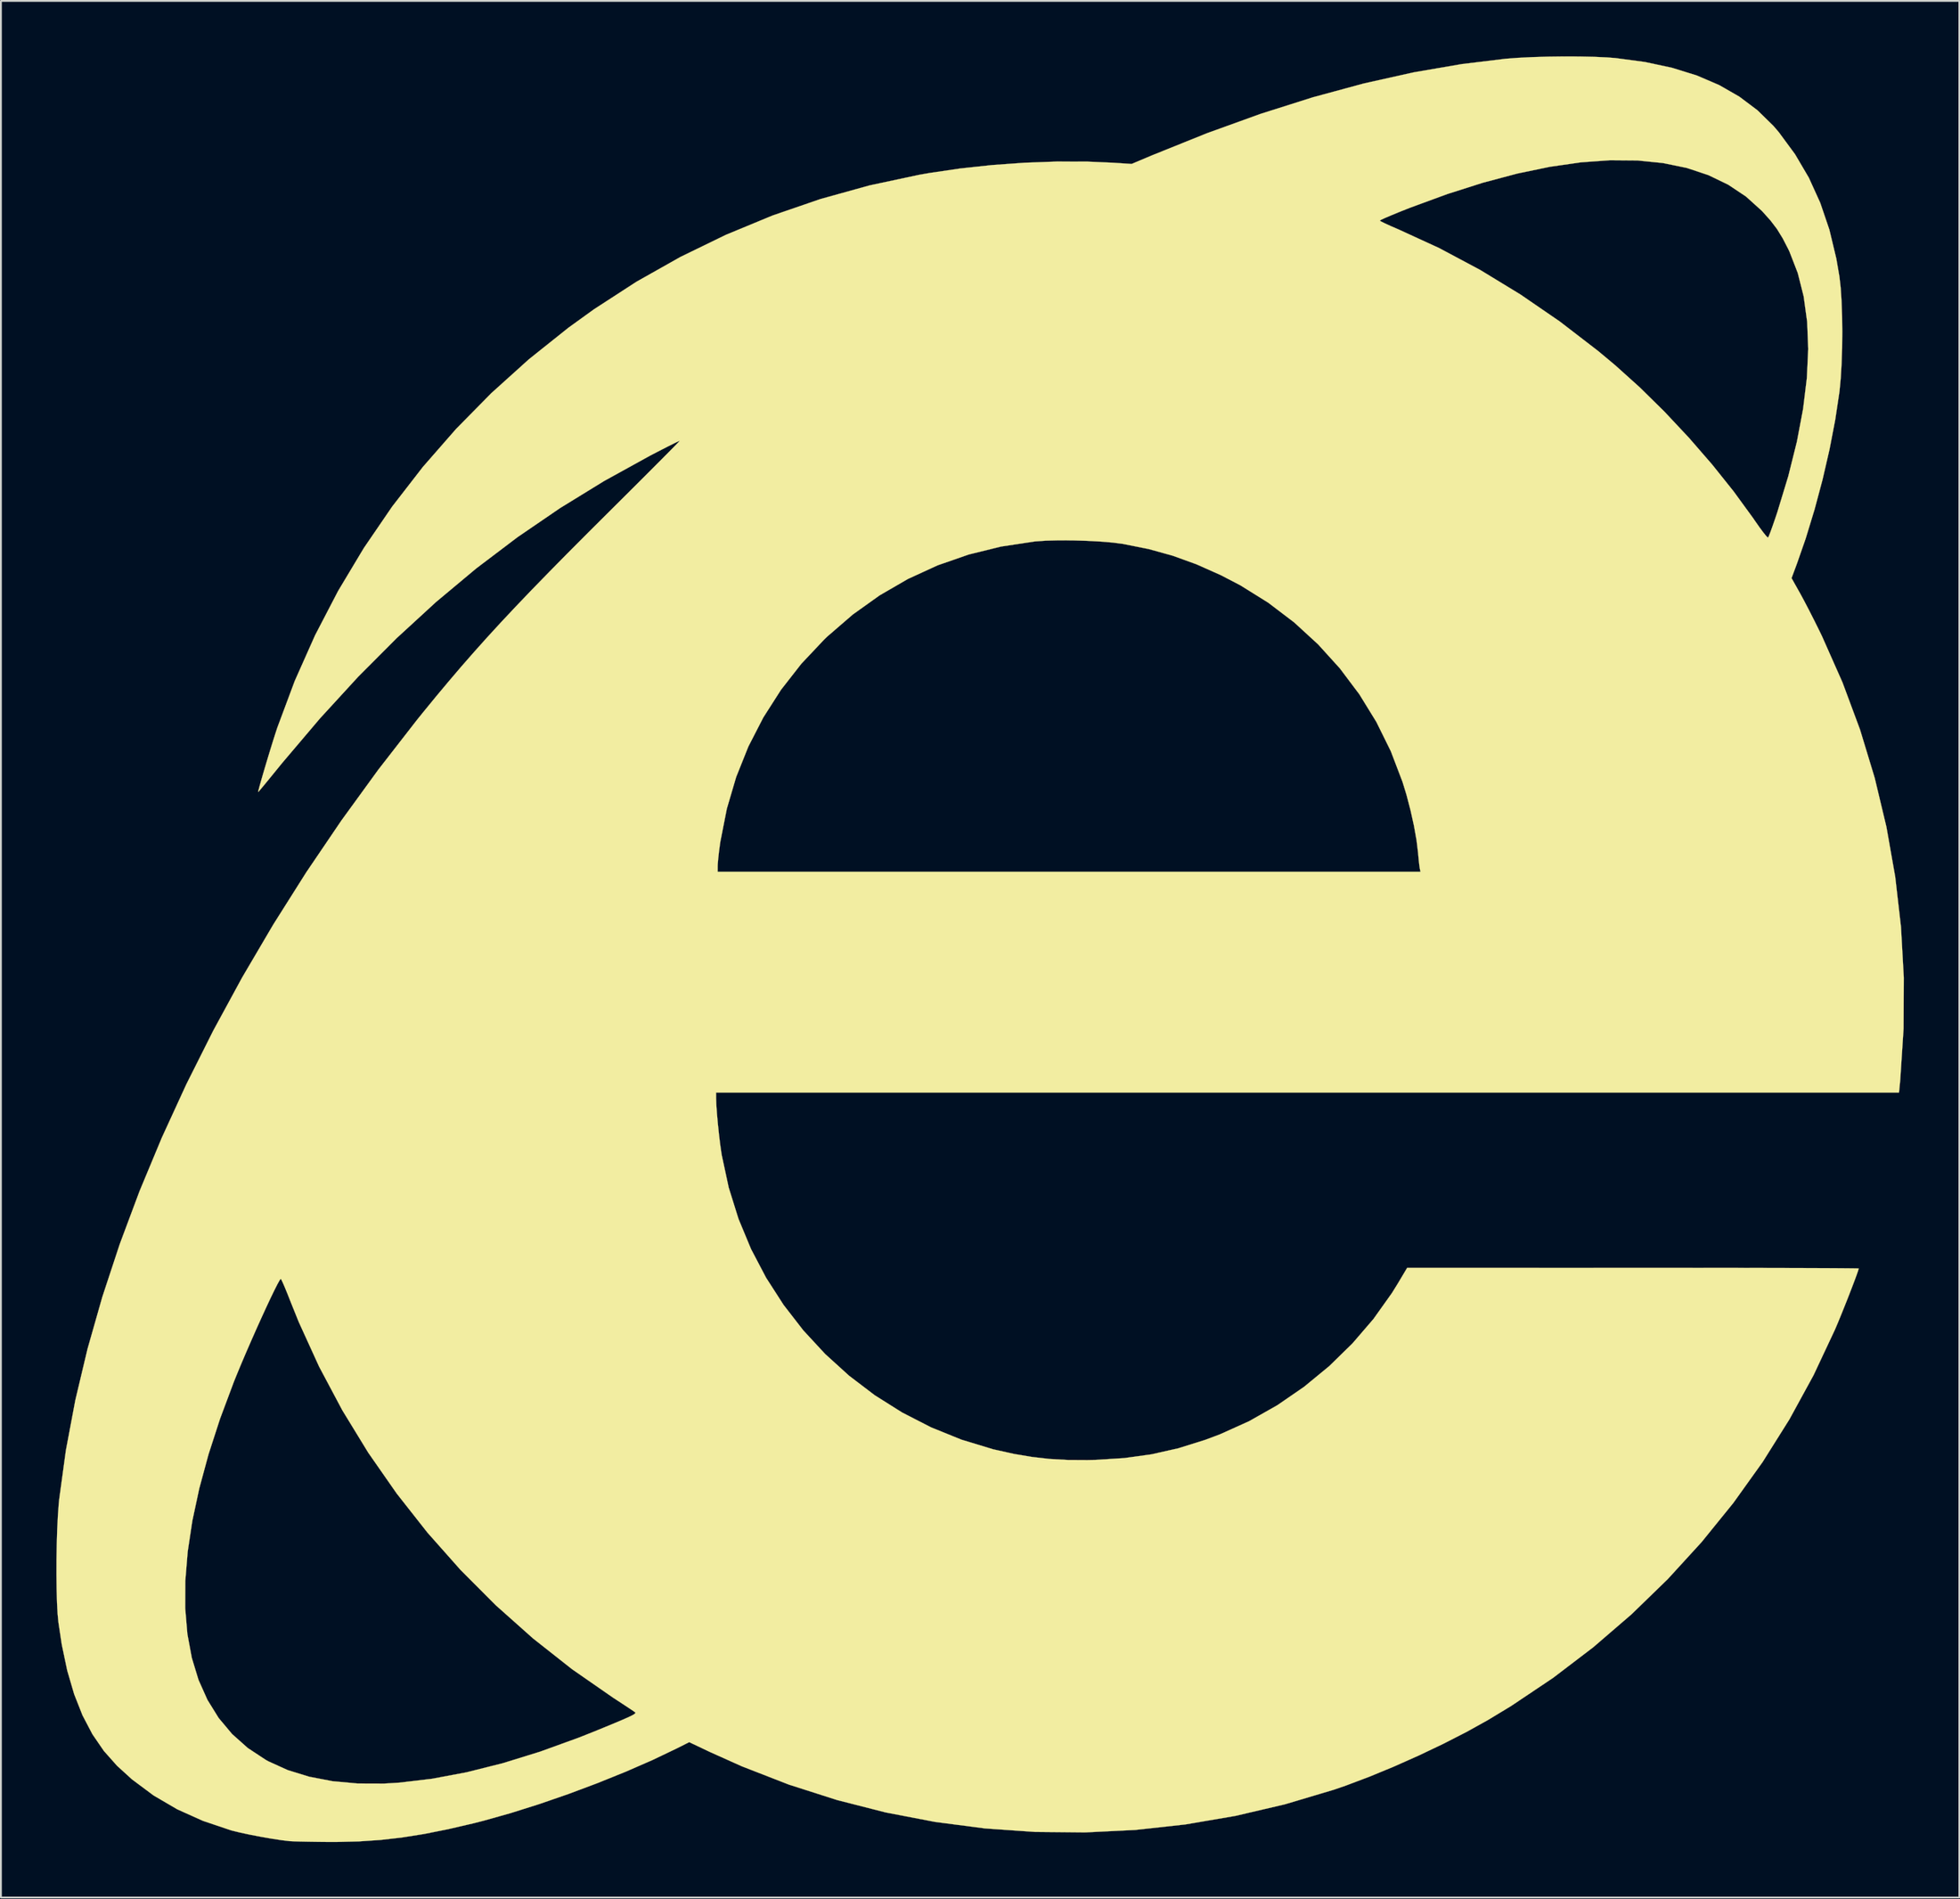
<source format=kicad_pcb>
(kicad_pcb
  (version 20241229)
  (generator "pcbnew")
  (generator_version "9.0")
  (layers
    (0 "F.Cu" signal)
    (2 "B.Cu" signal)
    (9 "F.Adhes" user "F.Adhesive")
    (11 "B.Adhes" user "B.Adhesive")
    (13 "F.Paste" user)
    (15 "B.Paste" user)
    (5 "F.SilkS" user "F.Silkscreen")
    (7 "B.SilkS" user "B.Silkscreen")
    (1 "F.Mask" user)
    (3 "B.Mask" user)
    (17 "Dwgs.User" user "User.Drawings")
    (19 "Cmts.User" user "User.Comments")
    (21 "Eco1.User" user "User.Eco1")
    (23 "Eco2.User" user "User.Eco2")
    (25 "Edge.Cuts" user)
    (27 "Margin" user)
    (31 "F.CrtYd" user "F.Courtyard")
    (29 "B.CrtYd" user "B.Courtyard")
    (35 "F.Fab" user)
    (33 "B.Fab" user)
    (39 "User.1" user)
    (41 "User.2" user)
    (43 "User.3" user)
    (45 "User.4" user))
  (footprint "ie_10x10_F"
    (layer "F.Cu")
    (at 49.908 48.261)
    (property "Reference" "ie_10x10_F" (at 0 0 0) (layer "F.SilkS") (effects (font (size 1.524 1.524) (thickness 0.3))))
    (attr through_hole)
    (fp_poly (pts (xy 32.477 -48.253) (xy 33.27 -48.236) (xy 33.966 -48.204) (xy 34.423 -48.169) (xy 36.022 -47.956) (xy 37.488 -47.642) (xy 38.824 -47.227) (xy 40.035 -46.708) (xy 41.126 -46.082) (xy 42.101 -45.349) (xy 42.964 -44.505) (xy 43.259 -44.161) (xy 44.137 -42.969) (xy 44.883 -41.7) (xy 45.5 -40.343) (xy 45.995 -38.888) (xy 46.371 -37.322) (xy 46.539 -36.346) (xy 46.606 -35.757) (xy 46.653 -35.038) (xy 46.682 -34.228) (xy 46.693 -33.365) (xy 46.684 -32.489) (xy 46.656 -31.637) (xy 46.61 -30.848) (xy 46.545 -30.161) (xy 46.537 -30.099) (xy 46.311 -28.597) (xy 46.004 -27.004) (xy 45.627 -25.37) (xy 45.192 -23.744) (xy 44.713 -22.175) (xy 44.246 -20.835) (xy 43.949 -20.037) (xy 44.427 -19.186) (xy 44.626 -18.817) (xy 44.874 -18.343) (xy 45.147 -17.807) (xy 45.42 -17.258) (xy 45.597 -16.893) (xy 46.703 -14.399) (xy 47.653 -11.844) (xy 48.446 -9.234) (xy 49.081 -6.579) (xy 49.556 -3.886) (xy 49.869 -1.163) (xy 50.021 1.58) (xy 50.008 4.337) (xy 49.829 7.099) (xy 49.818 7.218) (xy 49.762 7.789) (xy -14.224 7.789) (xy -14.223 8.107) (xy -14.211 8.456) (xy -14.178 8.925) (xy -14.13 9.467) (xy -14.07 10.035) (xy -14.005 10.581) (xy -13.937 11.058) (xy -13.918 11.176) (xy -13.541 12.932) (xy -13.011 14.628) (xy -12.334 16.256) (xy -11.519 17.809) (xy -10.574 19.278) (xy -9.507 20.656) (xy -8.324 21.935) (xy -7.033 23.107) (xy -5.643 24.165) (xy -4.161 25.099) (xy -2.594 25.903) (xy -0.951 26.569) (xy 0.762 27.089) (xy 1.888 27.34) (xy 2.862 27.504) (xy 3.81 27.612) (xy 4.788 27.666) (xy 5.852 27.672) (xy 6.299 27.663) (xy 7.863 27.565) (xy 9.339 27.36) (xy 10.778 27.035) (xy 12.227 26.582) (xy 13.039 26.277) (xy 14.615 25.566) (xy 16.135 24.705) (xy 17.582 23.709) (xy 18.941 22.592) (xy 20.196 21.365) (xy 21.332 20.044) (xy 22.332 18.64) (xy 22.652 18.123) (xy 23.156 17.277) (xy 35.37 17.275) (xy 36.793 17.275) (xy 38.17 17.275) (xy 39.49 17.276) (xy 40.744 17.277) (xy 41.923 17.279) (xy 43.017 17.282) (xy 44.017 17.284) (xy 44.913 17.287) (xy 45.695 17.29) (xy 46.356 17.294) (xy 46.884 17.298) (xy 47.271 17.302) (xy 47.507 17.306) (xy 47.583 17.31) (xy 47.552 17.423) (xy 47.468 17.664) (xy 47.341 18.007) (xy 47.182 18.424) (xy 47.002 18.888) (xy 46.81 19.371) (xy 46.619 19.846) (xy 46.438 20.285) (xy 46.297 20.616) (xy 45.138 23.084) (xy 43.832 25.473) (xy 42.385 27.777) (xy 40.801 29.99) (xy 39.087 32.105) (xy 37.25 34.115) (xy 35.294 36.014) (xy 33.225 37.796) (xy 31.051 39.453) (xy 28.775 40.979) (xy 27.517 41.74) (xy 26.376 42.374) (xy 25.119 43.018) (xy 23.791 43.651) (xy 22.437 44.254) (xy 21.102 44.805) (xy 19.832 45.284) (xy 19.183 45.507) (xy 16.536 46.296) (xy 13.861 46.921) (xy 11.164 47.382) (xy 8.453 47.68) (xy 5.736 47.814) (xy 3.02 47.787) (xy 0.313 47.597) (xy -2.379 47.246) (xy -5.047 46.734) (xy -7.684 46.061) (xy -10.283 45.229) (xy -12.835 44.236) (xy -14.548 43.467) (xy -15.677 42.931) (xy -16.351 43.27) (xy -17.669 43.9) (xy -19.114 44.531) (xy -20.645 45.149) (xy -22.22 45.739) (xy -23.798 46.284) (xy -25.338 46.77) (xy -26.798 47.181) (xy -27.347 47.321) (xy -28.741 47.644) (xy -30.021 47.899) (xy -31.224 48.09) (xy -32.388 48.222) (xy -33.552 48.301) (xy -34.752 48.33) (xy -35.221 48.33) (xy -35.77 48.324) (xy -36.282 48.316) (xy -36.726 48.307) (xy -37.068 48.297) (xy -37.278 48.287) (xy -37.296 48.285) (xy -37.727 48.234) (xy -38.264 48.152) (xy -38.855 48.049) (xy -39.446 47.935) (xy -39.983 47.82) (xy -40.413 47.714) (xy -40.466 47.699) (xy -41.978 47.19) (xy -43.37 46.564) (xy -44.649 45.816) (xy -45.819 44.944) (xy -46.628 44.207) (xy -47.338 43.408) (xy -47.959 42.502) (xy -48.494 41.481) (xy -48.946 40.337) (xy -49.32 39.061) (xy -49.617 37.646) (xy -49.797 36.449) (xy -49.842 35.977) (xy -49.857 35.693) (xy -42.94 35.693) (xy -42.823 37.082) (xy -42.583 38.373) (xy -42.221 39.563) (xy -41.736 40.648) (xy -41.13 41.626) (xy -40.403 42.494) (xy -39.554 43.25) (xy -38.584 43.89) (xy -38.439 43.97) (xy -37.396 44.443) (xy -36.237 44.801) (xy -34.975 45.044) (xy -33.62 45.168) (xy -32.183 45.173) (xy -31.368 45.124) (xy -29.588 44.913) (xy -27.719 44.562) (xy -25.769 44.073) (xy -23.742 43.446) (xy -21.644 42.685) (xy -20.888 42.385) (xy -20.205 42.106) (xy -19.664 41.882) (xy -19.251 41.707) (xy -18.951 41.574) (xy -18.751 41.476) (xy -18.634 41.406) (xy -18.587 41.357) (xy -18.595 41.323) (xy -18.597 41.321) (xy -18.689 41.255) (xy -18.898 41.114) (xy -19.198 40.916) (xy -19.563 40.677) (xy -19.812 40.514) (xy -22.017 38.983) (xy -24.129 37.317) (xy -26.141 35.525) (xy -28.045 33.615) (xy -29.834 31.598) (xy -31.5 29.48) (xy -33.038 27.272) (xy -34.438 24.983) (xy -35.695 22.62) (xy -36.801 20.194) (xy -37.219 19.157) (xy -37.389 18.725) (xy -37.541 18.354) (xy -37.663 18.071) (xy -37.744 17.902) (xy -37.77 17.866) (xy -37.83 17.94) (xy -37.948 18.151) (xy -38.114 18.479) (xy -38.321 18.905) (xy -38.558 19.411) (xy -38.817 19.976) (xy -39.09 20.581) (xy -39.367 21.208) (xy -39.641 21.837) (xy -39.901 22.448) (xy -40.14 23.023) (xy -40.309 23.441) (xy -41.057 25.442) (xy -41.68 27.364) (xy -42.179 29.205) (xy -42.555 30.961) (xy -42.806 32.629) (xy -42.935 34.207) (xy -42.94 35.693) (xy -49.857 35.693) (xy -49.874 35.369) (xy -49.894 34.657) (xy -49.903 33.876) (xy -49.901 33.057) (xy -49.887 32.234) (xy -49.863 31.44) (xy -49.827 30.707) (xy -49.782 30.069) (xy -49.756 29.803) (xy -49.393 27.144) (xy -48.881 24.425) (xy -48.222 21.655) (xy -47.421 18.842) (xy -46.482 15.995) (xy -45.409 13.124) (xy -44.206 10.236) (xy -42.877 7.342) (xy -41.426 4.449) (xy -39.859 1.567) (xy -38.177 -1.295) (xy -36.387 -4.129) (xy -36.373 -4.149) (xy -14.139 -4.149) (xy 23.879 -4.149) (xy 23.84 -4.339) (xy 23.814 -4.516) (xy 23.782 -4.802) (xy 23.751 -5.138) (xy 23.749 -5.165) (xy 23.667 -5.848) (xy 23.527 -6.636) (xy 23.341 -7.476) (xy 23.121 -8.317) (xy 22.907 -9.015) (xy 22.274 -10.674) (xy 21.493 -12.256) (xy 20.572 -13.752) (xy 19.519 -15.154) (xy 18.341 -16.454) (xy 17.046 -17.642) (xy 15.642 -18.709) (xy 14.136 -19.648) (xy 13.081 -20.197) (xy 11.763 -20.784) (xy 10.482 -21.248) (xy 9.178 -21.61) (xy 7.795 -21.887) (xy 7.789 -21.888) (xy 7.239 -21.96) (xy 6.568 -22.016) (xy 5.822 -22.056) (xy 5.049 -22.078) (xy 4.295 -22.081) (xy 3.608 -22.063) (xy 3.036 -22.023) (xy 3.006 -22.02) (xy 1.189 -21.745) (xy -0.56 -21.314) (xy -2.239 -20.73) (xy -3.846 -19.993) (xy -5.378 -19.105) (xy -6.832 -18.067) (xy -8.206 -16.88) (xy -8.371 -16.722) (xy -9.611 -15.407) (xy -10.711 -13.999) (xy -11.667 -12.504) (xy -12.477 -10.929) (xy -13.137 -9.28) (xy -13.643 -7.563) (xy -13.993 -5.784) (xy -14.015 -5.634) (xy -14.068 -5.234) (xy -14.109 -4.861) (xy -14.134 -4.571) (xy -14.138 -4.466) (xy -14.139 -4.149) (xy -36.373 -4.149) (xy -34.491 -6.925) (xy -32.494 -9.675) (xy -30.4 -12.37) (xy -30.065 -12.785) (xy -29.365 -13.64) (xy -28.68 -14.459) (xy -28 -15.257) (xy -27.31 -16.045) (xy -26.598 -16.84) (xy -25.851 -17.654) (xy -25.056 -18.501) (xy -24.201 -19.396) (xy -23.271 -20.351) (xy -22.256 -21.382) (xy -21.14 -22.502) (xy -20.028 -23.61) (xy -19.359 -24.275) (xy -18.727 -24.904) (xy -18.143 -25.487) (xy -17.617 -26.014) (xy -17.157 -26.476) (xy -16.775 -26.861) (xy -16.48 -27.161) (xy -16.283 -27.364) (xy -16.192 -27.462) (xy -16.187 -27.469) (xy -16.267 -27.437) (xy -16.474 -27.338) (xy -16.786 -27.182) (xy -17.182 -26.98) (xy -17.638 -26.744) (xy -17.814 -26.652) (xy -20.282 -25.29) (xy -22.662 -23.827) (xy -24.963 -22.254) (xy -27.197 -20.563) (xy -29.372 -18.746) (xy -31.498 -16.794) (xy -33.586 -14.7) (xy -35.646 -12.453) (xy -37.687 -10.047) (xy -37.923 -9.758) (xy -38.245 -9.362) (xy -38.529 -9.015) (xy -38.759 -8.737) (xy -38.918 -8.548) (xy -38.99 -8.468) (xy -38.992 -8.467) (xy -38.98 -8.543) (xy -38.925 -8.754) (xy -38.836 -9.072) (xy -38.721 -9.47) (xy -38.588 -9.921) (xy -38.445 -10.397) (xy -38.3 -10.872) (xy -38.161 -11.319) (xy -38.036 -11.709) (xy -37.961 -11.938) (xy -37.015 -14.473) (xy -35.915 -16.944) (xy -34.667 -19.345) (xy -33.274 -21.669) (xy -31.744 -23.908) (xy -30.081 -26.055) (xy -28.29 -28.104) (xy -26.378 -30.046) (xy -24.349 -31.875) (xy -22.21 -33.583) (xy -20.828 -34.58) (xy -18.534 -36.068) (xy -16.153 -37.411) (xy -13.695 -38.607) (xy -11.832 -39.378) (xy 21.676 -39.378) (xy 21.75 -39.328) (xy 21.951 -39.228) (xy 22.25 -39.091) (xy 22.617 -38.932) (xy 22.671 -38.909) (xy 24.895 -37.888) (xy 27.105 -36.709) (xy 29.283 -35.382) (xy 31.414 -33.919) (xy 33.479 -32.33) (xy 34.418 -31.546) (xy 35.749 -30.347) (xy 37.086 -29.03) (xy 38.398 -27.63) (xy 39.653 -26.184) (xy 40.818 -24.727) (xy 41.862 -23.294) (xy 41.968 -23.139) (xy 42.209 -22.795) (xy 42.418 -22.513) (xy 42.577 -22.316) (xy 42.668 -22.23) (xy 42.678 -22.229) (xy 42.724 -22.318) (xy 42.812 -22.541) (xy 42.931 -22.871) (xy 43.072 -23.279) (xy 43.18 -23.601) (xy 43.776 -25.559) (xy 44.241 -27.423) (xy 44.575 -29.192) (xy 44.779 -30.863) (xy 44.852 -32.436) (xy 44.794 -33.908) (xy 44.606 -35.278) (xy 44.286 -36.544) (xy 43.836 -37.704) (xy 43.776 -37.83) (xy 43.468 -38.426) (xy 43.163 -38.922) (xy 42.816 -39.378) (xy 42.386 -39.859) (xy 42.339 -39.909) (xy 41.487 -40.678) (xy 40.524 -41.32) (xy 39.454 -41.837) (xy 38.277 -42.228) (xy 36.996 -42.492) (xy 35.614 -42.631) (xy 34.133 -42.643) (xy 32.556 -42.53) (xy 30.884 -42.29) (xy 29.12 -41.924) (xy 27.267 -41.431) (xy 25.326 -40.813) (xy 23.3 -40.069) (xy 23.135 -40.004) (xy 22.675 -39.82) (xy 22.274 -39.654) (xy 21.958 -39.519) (xy 21.75 -39.423) (xy 21.676 -39.378) (xy -11.832 -39.378) (xy -11.167 -39.653) (xy -8.576 -40.544) (xy -5.93 -41.279) (xy -3.237 -41.854) (xy -2.684 -41.951) (xy -1.025 -42.195) (xy 0.703 -42.381) (xy 2.456 -42.507) (xy 4.187 -42.57) (xy 5.851 -42.568) (xy 7.239 -42.508) (xy 8.255 -42.442) (xy 9.356 -42.907) (xy 12.329 -44.104) (xy 15.228 -45.151) (xy 18.055 -46.047) (xy 20.812 -46.795) (xy 23.501 -47.395) (xy 26.125 -47.846) (xy 28.483 -48.131) (xy 29.151 -48.182) (xy 29.925 -48.22) (xy 30.765 -48.245) (xy 31.629 -48.256) (xy 32.477 -48.253)) (stroke (width 0.01) (type solid)) (fill yes) (layer "F.SilkS")))
  (gr_rect
    (start -3 -3)
    (end 102.934 99.596)
    (stroke (width 0.1) (type default))
    (fill no)
    (layer "Edge.Cuts")))
</source>
